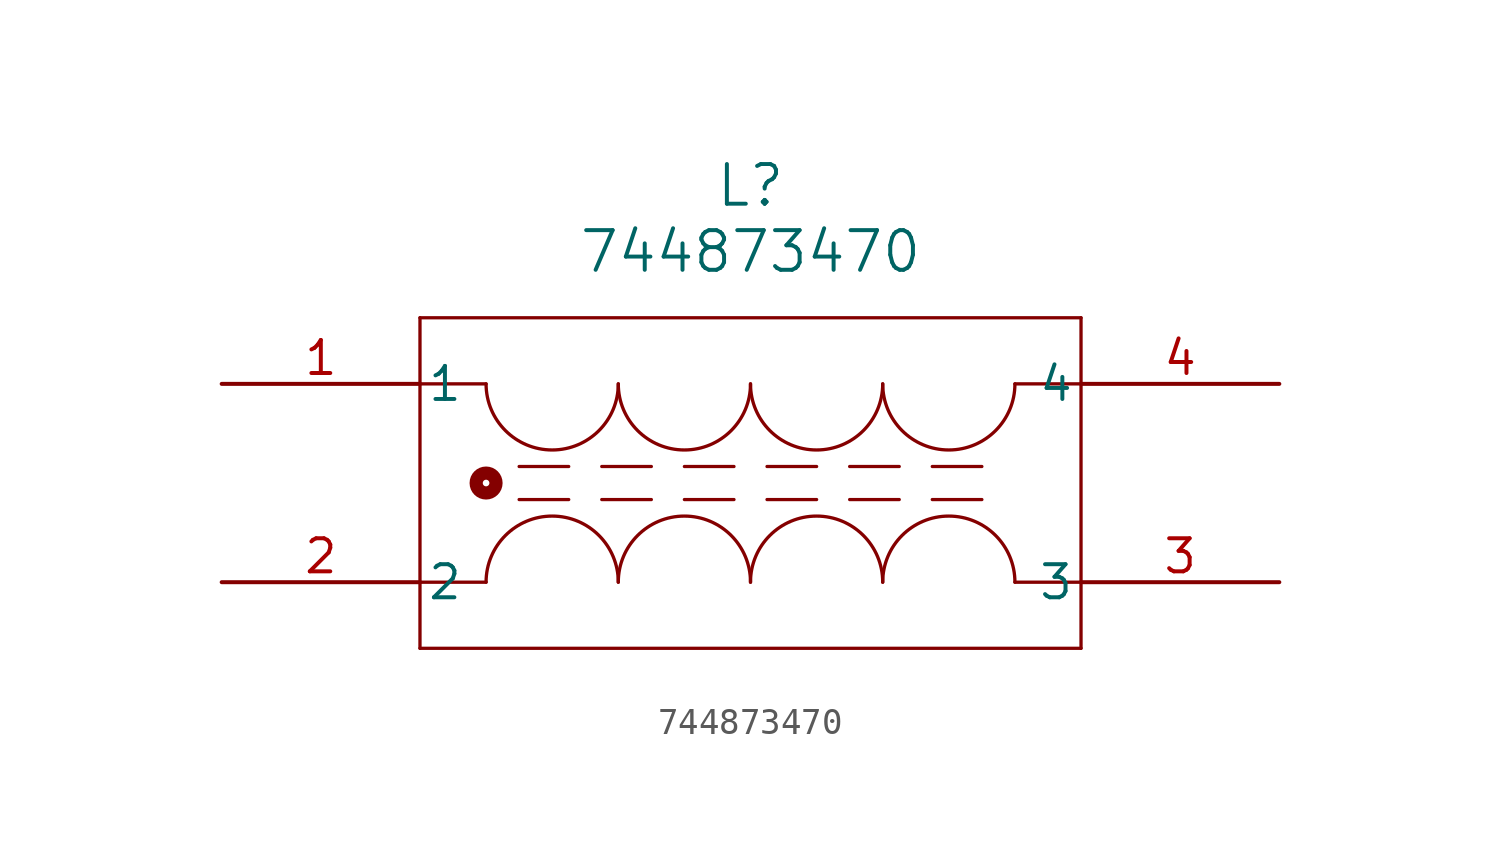
<source format=kicad_sym>
(kicad_symbol_lib
  (version 20211014)
  (generator kicad_symbol_editor)
  (symbol "744873470"
    (pin_names
      (offset 0.254))
    (property "Reference" "L"
      (at 20.32 10.16 0)
      (effects (font (size 1.524 1.524))))
    (property "Value" "744873470"
      (at 20.32 7.62 0)
      (effects (font (size 1.524 1.524))))
    (symbol "744873470_0_1"
      (polyline (pts (xy 7.62 5.08) (xy 7.62 -7.62)) (stroke (width 0.127) (type default) (color 0 0 0 0)) (fill (type none)))
      (polyline (pts (xy 7.62 -7.62) (xy 33.02 -7.62)) (stroke (width 0.127) (type default) (color 0 0 0 0)) (fill (type none)))
      (polyline (pts (xy 33.02 -7.62) (xy 33.02 5.08)) (stroke (width 0.127) (type default) (color 0 0 0 0)) (fill (type none)))
      (polyline (pts (xy 33.02 5.08) (xy 7.62 5.08)) (stroke (width 0.127) (type default) (color 0 0 0 0)) (fill (type none)))
      (polyline (pts (xy 7.62 2.54) (xy 10.16 2.54)) (stroke (width 0.127) (type default) (color 0 0 0 0)) (fill (type none)))
      (polyline (pts (xy 7.62 -5.08) (xy 10.16 -5.08)) (stroke (width 0.127) (type default) (color 0 0 0 0)) (fill (type none)))
      (polyline (pts (xy 33.02 -5.08) (xy 30.48 -5.08)) (stroke (width 0.127) (type default) (color 0 0 0 0)) (fill (type none)))
      (polyline (pts (xy 33.02 2.54) (xy 30.48 2.54)) (stroke (width 0.127) (type default) (color 0 0 0 0)) (fill (type none)))
      (arc (start 10.16 2.54) (mid 12.7 0) (end 15.24 2.54) (stroke (width 0.127) (type default) (color 0 0 0 0)) (fill (type none)))
      (arc (start 15.24 2.54) (mid 17.78 0) (end 20.32 2.54) (stroke (width 0.127) (type default) (color 0 0 0 0)) (fill (type none)))
      (arc (start 20.32 2.54) (mid 22.86 0) (end 25.4 2.54) (stroke (width 0.127) (type default) (color 0 0 0 0)) (fill (type none)))
      (arc (start 25.4 2.54) (mid 27.94 0) (end 30.48 2.54) (stroke (width 0.127) (type default) (color 0 0 0 0)) (fill (type none)))
      (arc (start 30.48 -5.08) (mid 27.94 -2.54) (end 25.4 -5.08) (stroke (width 0.127) (type default) (color 0 0 0 0)) (fill (type none)))
      (arc (start 25.4 -5.08) (mid 22.86 -2.54) (end 20.32 -5.08) (stroke (width 0.127) (type default) (color 0 0 0 0)) (fill (type none)))
      (arc (start 20.32 -5.08) (mid 17.78 -2.54) (end 15.24 -5.08) (stroke (width 0.127) (type default) (color 0 0 0 0)) (fill (type none)))
      (arc (start 15.24 -5.08) (mid 12.7 -2.54) (end 10.16 -5.08) (stroke (width 0.127) (type default) (color 0 0 0 0)) (fill (type none)))
      (circle (center 10.16 -1.27) (radius 0.127) (stroke (width 0.508) (type default) (color 0 0 0 0)) (fill (type none)))
      (polyline (pts (xy 11.43 -0.635) (xy 13.335 -0.635)) (stroke (width 0.127) (type default) (color 0 0 0 0)) (fill (type none)))
      (polyline (pts (xy 14.605 -0.635) (xy 16.51 -0.635)) (stroke (width 0.127) (type default) (color 0 0 0 0)) (fill (type none)))
      (polyline (pts (xy 17.78 -0.635) (xy 19.685 -0.635)) (stroke (width 0.127) (type default) (color 0 0 0 0)) (fill (type none)))
      (polyline (pts (xy 20.955 -0.635) (xy 22.86 -0.635)) (stroke (width 0.127) (type default) (color 0 0 0 0)) (fill (type none)))
      (polyline (pts (xy 24.13 -0.635) (xy 26.035 -0.635)) (stroke (width 0.127) (type default) (color 0 0 0 0)) (fill (type none)))
      (polyline (pts (xy 27.305 -0.635) (xy 29.21 -0.635)) (stroke (width 0.127) (type default) (color 0 0 0 0)) (fill (type none)))
      (polyline (pts (xy 11.43 -1.905) (xy 13.335 -1.905)) (stroke (width 0.127) (type default) (color 0 0 0 0)) (fill (type none)))
      (polyline (pts (xy 14.605 -1.905) (xy 16.51 -1.905)) (stroke (width 0.127) (type default) (color 0 0 0 0)) (fill (type none)))
      (polyline (pts (xy 17.78 -1.905) (xy 19.685 -1.905)) (stroke (width 0.127) (type default) (color 0 0 0 0)) (fill (type none)))
      (polyline (pts (xy 20.955 -1.905) (xy 22.86 -1.905)) (stroke (width 0.127) (type default) (color 0 0 0 0)) (fill (type none)))
      (polyline (pts (xy 24.13 -1.905) (xy 26.035 -1.905)) (stroke (width 0.127) (type default) (color 0 0 0 0)) (fill (type none)))
      (polyline (pts (xy 27.305 -1.905) (xy 29.21 -1.905)) (stroke (width 0.127) (type default) (color 0 0 0 0)) (fill (type none)))
      (pin unspecified line (at 0 2.54 0) (length 7.62) (name "1" (effects (font (size 1.27 1.27)))) (number "1" (effects (font (size 1.27 1.27)))))
      (pin unspecified line (at 0 -5.08 0) (length 7.62) (name "2" (effects (font (size 1.27 1.27)))) (number "2" (effects (font (size 1.27 1.27)))))
      (pin unspecified line (at 40.64 -5.08 180) (length 7.62) (name "3" (effects (font (size 1.27 1.27)))) (number "3" (effects (font (size 1.27 1.27)))))
      (pin unspecified line (at 40.64 2.54 180) (length 7.62) (name "4" (effects (font (size 1.27 1.27)))) (number "4" (effects (font (size 1.27 1.27))))))))
</source>
